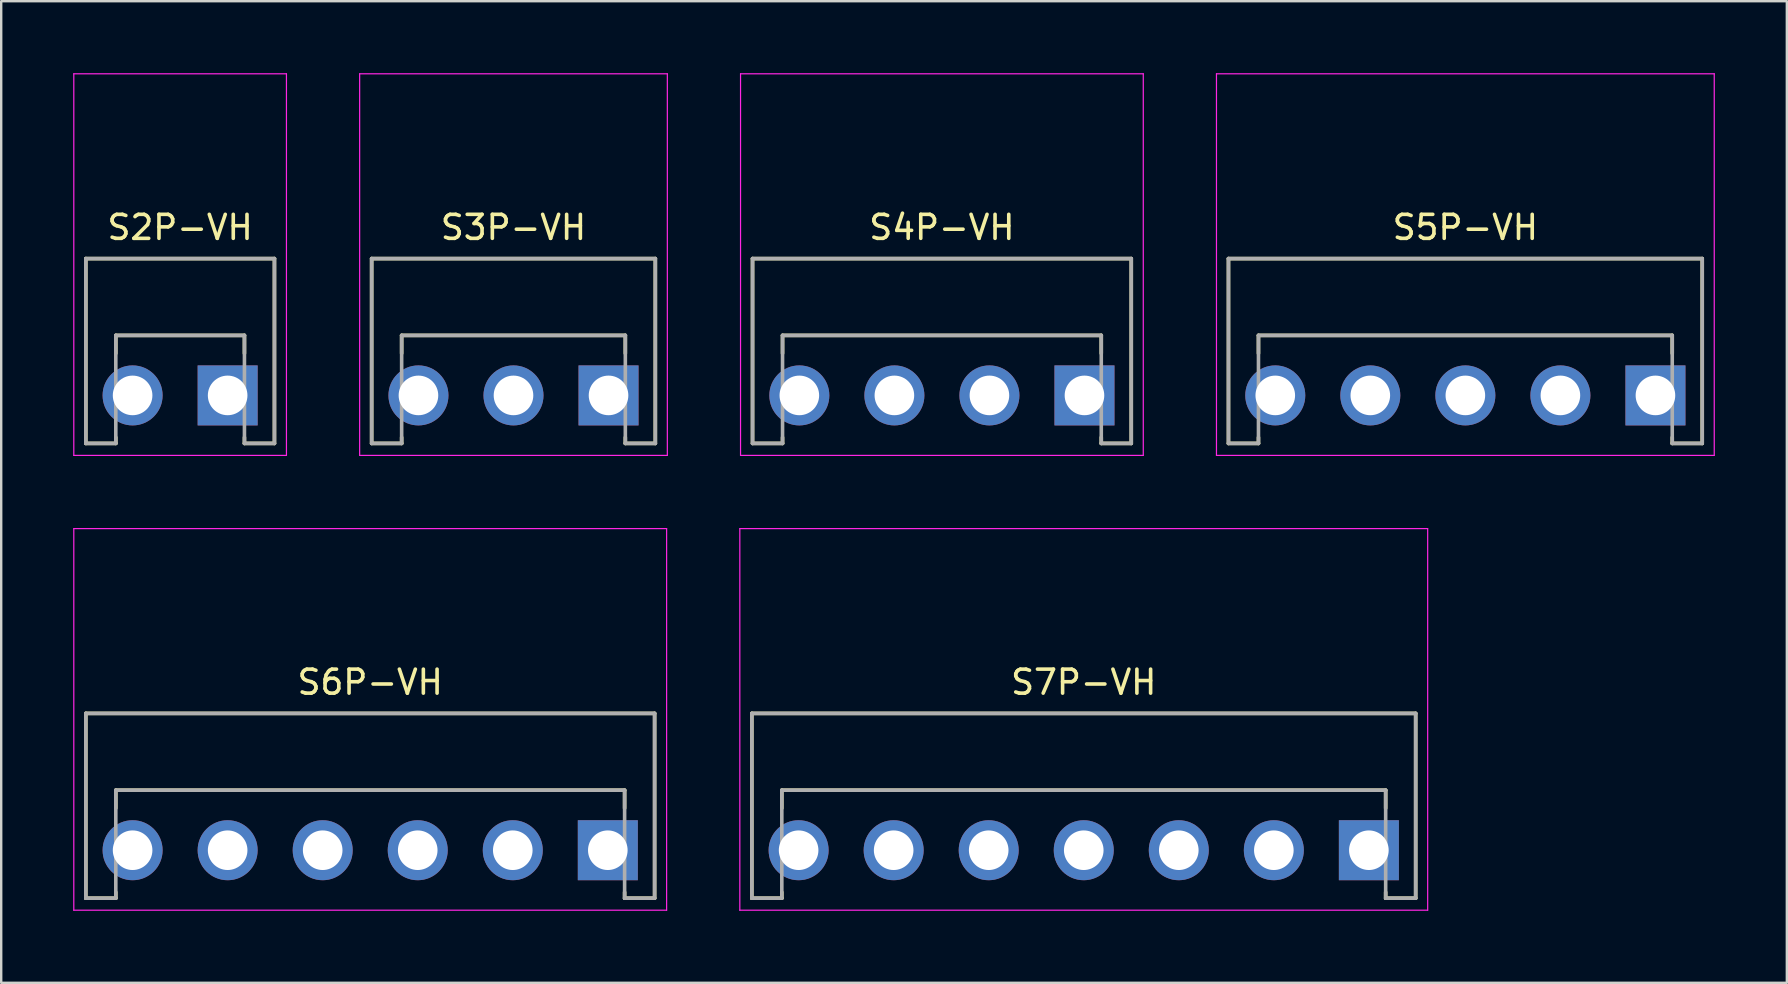
<source format=kicad_pcb>
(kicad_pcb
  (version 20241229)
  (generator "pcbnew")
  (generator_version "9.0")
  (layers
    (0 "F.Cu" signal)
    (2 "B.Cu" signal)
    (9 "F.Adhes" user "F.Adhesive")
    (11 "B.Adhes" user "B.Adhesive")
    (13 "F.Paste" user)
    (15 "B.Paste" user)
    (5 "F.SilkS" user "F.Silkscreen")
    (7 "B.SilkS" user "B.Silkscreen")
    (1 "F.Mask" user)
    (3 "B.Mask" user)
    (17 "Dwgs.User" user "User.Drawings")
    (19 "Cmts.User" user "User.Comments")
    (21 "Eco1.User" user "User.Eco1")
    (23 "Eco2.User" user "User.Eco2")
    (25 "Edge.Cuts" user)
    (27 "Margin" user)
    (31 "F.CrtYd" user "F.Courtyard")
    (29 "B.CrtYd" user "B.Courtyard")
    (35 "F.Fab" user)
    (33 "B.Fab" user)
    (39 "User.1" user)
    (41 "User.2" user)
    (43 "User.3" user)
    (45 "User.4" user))
  (footprint "S2P-VH"
    (layer "F.Cu")
    (at 4.455 13.425)
    (property "Reference" "S2P-VH" (at 0 -7 0) (layer "F.SilkS") (effects (font (size 1 1) (thickness 0.15))))
    (attr smd)
    (fp_line (start -3.93 -5.7) (end -3.93 2) (stroke (width 0.15) (type solid)) (layer "F.SilkS"))
    (fp_line (start -3.93 -5.7) (end 3.93 -5.7) (stroke (width 0.15) (type solid)) (layer "F.SilkS"))
    (fp_line (start -3.93 2) (end -2.68 2) (stroke (width 0.15) (type solid)) (layer "F.SilkS"))
    (fp_line (start -2.68 -2.5) (end -2.68 -1.75) (stroke (width 0.15) (type solid)) (layer "F.SilkS"))
    (fp_line (start -2.68 -2.5) (end 2.68 -2.5) (stroke (width 0.15) (type solid)) (layer "F.SilkS"))
    (fp_line (start -2.68 1.75) (end -2.68 2) (stroke (width 0.15) (type solid)) (layer "F.SilkS"))
    (fp_line (start 2.68 -2.5) (end 2.68 -1.75) (stroke (width 0.15) (type solid)) (layer "F.SilkS"))
    (fp_line (start 2.68 1.75) (end 2.68 2) (stroke (width 0.15) (type solid)) (layer "F.SilkS"))
    (fp_line (start 2.68 2) (end 3.93 2) (stroke (width 0.15) (type solid)) (layer "F.SilkS"))
    (fp_line (start 3.93 -5.7) (end 3.93 2) (stroke (width 0.15) (type solid)) (layer "F.SilkS"))
    (fp_line (start -4.43 -13.4) (end -4.43 2.5) (stroke (width 0.05) (type solid)) (layer "F.CrtYd"))
    (fp_line (start -4.43 -13.4) (end 4.43 -13.4) (stroke (width 0.05) (type solid)) (layer "F.CrtYd"))
    (fp_line (start -4.43 2.5) (end 4.43 2.5) (stroke (width 0.05) (type solid)) (layer "F.CrtYd"))
    (fp_line (start 4.43 -13.4) (end 4.43 2.5) (stroke (width 0.05) (type solid)) (layer "F.CrtYd"))
    (fp_line (start -3.93 -5.7) (end -3.93 2) (stroke (width 0.15) (type solid)) (layer "F.Fab"))
    (fp_line (start -3.93 -5.7) (end 3.93 -5.7) (stroke (width 0.15) (type solid)) (layer "F.Fab"))
    (fp_line (start -3.93 2) (end -2.68 2) (stroke (width 0.15) (type solid)) (layer "F.Fab"))
    (fp_line (start -2.68 -2.5) (end -2.68 2) (stroke (width 0.15) (type solid)) (layer "F.Fab"))
    (fp_line (start -2.68 -2.5) (end 2.68 -2.5) (stroke (width 0.15) (type solid)) (layer "F.Fab"))
    (fp_line (start 2.68 -2.5) (end 2.68 2) (stroke (width 0.15) (type solid)) (layer "F.Fab"))
    (fp_line (start 2.68 2) (end 3.93 2) (stroke (width 0.15) (type solid)) (layer "F.Fab"))
    (fp_line (start 3.93 -5.7) (end 3.93 2) (stroke (width 0.15) (type solid)) (layer "F.Fab"))
    (pad "1" thru_hole rect (at 1.98 0 180) (size 2.5 2.5) (drill 1.65) (layers "*.Cu" "*.Mask"))
    (pad "2" thru_hole circle (at -1.98 0 180) (size 2.5 2.5) (drill 1.65) (layers "*.Cu" "*.Mask")))
  (footprint "S3P-VH"
    (layer "F.Cu")
    (at 18.345 13.425)
    (property "Reference" "S3P-VH" (at 0 -7 0) (layer "F.SilkS") (effects (font (size 1 1) (thickness 0.15))))
    (attr smd)
    (fp_line (start -5.91 -5.7) (end -5.91 2) (stroke (width 0.15) (type solid)) (layer "F.SilkS"))
    (fp_line (start -5.91 -5.7) (end 5.91 -5.7) (stroke (width 0.15) (type solid)) (layer "F.SilkS"))
    (fp_line (start -5.91 2) (end -4.66 2) (stroke (width 0.15) (type solid)) (layer "F.SilkS"))
    (fp_line (start -4.66 -2.5) (end -4.66 -1.75) (stroke (width 0.15) (type solid)) (layer "F.SilkS"))
    (fp_line (start -4.66 -2.5) (end 4.66 -2.5) (stroke (width 0.15) (type solid)) (layer "F.SilkS"))
    (fp_line (start -4.66 1.75) (end -4.66 2) (stroke (width 0.15) (type solid)) (layer "F.SilkS"))
    (fp_line (start 4.66 -2.5) (end 4.66 -1.75) (stroke (width 0.15) (type solid)) (layer "F.SilkS"))
    (fp_line (start 4.66 1.75) (end 4.66 2) (stroke (width 0.15) (type solid)) (layer "F.SilkS"))
    (fp_line (start 4.66 2) (end 5.91 2) (stroke (width 0.15) (type solid)) (layer "F.SilkS"))
    (fp_line (start 5.91 -5.7) (end 5.91 2) (stroke (width 0.15) (type solid)) (layer "F.SilkS"))
    (fp_line (start -6.41 -13.4) (end -6.41 2.5) (stroke (width 0.05) (type solid)) (layer "F.CrtYd"))
    (fp_line (start -6.41 -13.4) (end 6.41 -13.4) (stroke (width 0.05) (type solid)) (layer "F.CrtYd"))
    (fp_line (start -6.41 2.5) (end 6.41 2.5) (stroke (width 0.05) (type solid)) (layer "F.CrtYd"))
    (fp_line (start 6.41 -13.4) (end 6.41 2.5) (stroke (width 0.05) (type solid)) (layer "F.CrtYd"))
    (fp_line (start -5.91 -5.7) (end -5.91 2) (stroke (width 0.15) (type solid)) (layer "F.Fab"))
    (fp_line (start -5.91 -5.7) (end 5.91 -5.7) (stroke (width 0.15) (type solid)) (layer "F.Fab"))
    (fp_line (start -5.91 2) (end -4.66 2) (stroke (width 0.15) (type solid)) (layer "F.Fab"))
    (fp_line (start -4.66 -2.5) (end -4.66 2) (stroke (width 0.15) (type solid)) (layer "F.Fab"))
    (fp_line (start -4.66 -2.5) (end 4.66 -2.5) (stroke (width 0.15) (type solid)) (layer "F.Fab"))
    (fp_line (start 4.66 -2.5) (end 4.66 2) (stroke (width 0.15) (type solid)) (layer "F.Fab"))
    (fp_line (start 4.66 2) (end 5.91 2) (stroke (width 0.15) (type solid)) (layer "F.Fab"))
    (fp_line (start 5.91 -5.7) (end 5.91 2) (stroke (width 0.15) (type solid)) (layer "F.Fab"))
    (pad "1" thru_hole rect (at 3.96 0 180) (size 2.5 2.5) (drill 1.65) (layers "*.Cu" "*.Mask"))
    (pad "2" thru_hole circle (at 0 0 180) (size 2.5 2.5) (drill 1.65) (layers "*.Cu" "*.Mask"))
    (pad "3" thru_hole circle (at -3.96 0 180) (size 2.5 2.5) (drill 1.65) (layers "*.Cu" "*.Mask")))
  (footprint "S5P-VH"
    (layer "F.Cu")
    (at 58.005 13.425)
    (property "Reference" "S5P-VH" (at 0 -7 0) (layer "F.SilkS") (effects (font (size 1 1) (thickness 0.15))))
    (attr smd)
    (fp_line (start -9.87 -5.7) (end -9.87 2) (stroke (width 0.15) (type solid)) (layer "F.SilkS"))
    (fp_line (start -9.87 -5.7) (end 9.87 -5.7) (stroke (width 0.15) (type solid)) (layer "F.SilkS"))
    (fp_line (start -9.87 2) (end -8.62 2) (stroke (width 0.15) (type solid)) (layer "F.SilkS"))
    (fp_line (start -8.62 -2.5) (end -8.62 -1.75) (stroke (width 0.15) (type solid)) (layer "F.SilkS"))
    (fp_line (start -8.62 -2.5) (end 8.62 -2.5) (stroke (width 0.15) (type solid)) (layer "F.SilkS"))
    (fp_line (start -8.62 1.75) (end -8.62 2) (stroke (width 0.15) (type solid)) (layer "F.SilkS"))
    (fp_line (start 8.62 -2.5) (end 8.62 -1.75) (stroke (width 0.15) (type solid)) (layer "F.SilkS"))
    (fp_line (start 8.62 1.75) (end 8.62 2) (stroke (width 0.15) (type solid)) (layer "F.SilkS"))
    (fp_line (start 8.62 2) (end 9.87 2) (stroke (width 0.15) (type solid)) (layer "F.SilkS"))
    (fp_line (start 9.87 -5.7) (end 9.87 2) (stroke (width 0.15) (type solid)) (layer "F.SilkS"))
    (fp_line (start -10.37 -13.4) (end -10.37 2.5) (stroke (width 0.05) (type solid)) (layer "F.CrtYd"))
    (fp_line (start -10.37 -13.4) (end 10.37 -13.4) (stroke (width 0.05) (type solid)) (layer "F.CrtYd"))
    (fp_line (start -10.37 2.5) (end 10.37 2.5) (stroke (width 0.05) (type solid)) (layer "F.CrtYd"))
    (fp_line (start 10.37 -13.4) (end 10.37 2.5) (stroke (width 0.05) (type solid)) (layer "F.CrtYd"))
    (fp_line (start -9.87 -5.7) (end -9.87 2) (stroke (width 0.15) (type solid)) (layer "F.Fab"))
    (fp_line (start -9.87 -5.7) (end 9.87 -5.7) (stroke (width 0.15) (type solid)) (layer "F.Fab"))
    (fp_line (start -9.87 2) (end -8.62 2) (stroke (width 0.15) (type solid)) (layer "F.Fab"))
    (fp_line (start -8.62 -2.5) (end -8.62 2) (stroke (width 0.15) (type solid)) (layer "F.Fab"))
    (fp_line (start -8.62 -2.5) (end 8.62 -2.5) (stroke (width 0.15) (type solid)) (layer "F.Fab"))
    (fp_line (start 8.62 -2.5) (end 8.62 2) (stroke (width 0.15) (type solid)) (layer "F.Fab"))
    (fp_line (start 8.62 2) (end 9.87 2) (stroke (width 0.15) (type solid)) (layer "F.Fab"))
    (fp_line (start 9.87 -5.7) (end 9.87 2) (stroke (width 0.15) (type solid)) (layer "F.Fab"))
    (pad "1" thru_hole rect (at 7.92 0 180) (size 2.5 2.5) (drill 1.65) (layers "*.Cu" "*.Mask"))
    (pad "2" thru_hole circle (at 3.96 0 180) (size 2.5 2.5) (drill 1.65) (layers "*.Cu" "*.Mask"))
    (pad "3" thru_hole circle (at 0 0 180) (size 2.5 2.5) (drill 1.65) (layers "*.Cu" "*.Mask"))
    (pad "4" thru_hole circle (at -3.96 0 180) (size 2.5 2.5) (drill 1.65) (layers "*.Cu" "*.Mask"))
    (pad "5" thru_hole circle (at -7.92 0 180) (size 2.5 2.5) (drill 1.65) (layers "*.Cu" "*.Mask")))
  (footprint "S7P-VH"
    (layer "F.Cu")
    (at 42.105 32.375)
    (property "Reference" "S7P-VH" (at 0 -7 0) (layer "F.SilkS") (effects (font (size 1 1) (thickness 0.15))))
    (attr smd)
    (fp_line (start -13.83 -5.7) (end -13.83 2) (stroke (width 0.15) (type solid)) (layer "F.SilkS"))
    (fp_line (start -13.83 -5.7) (end 13.83 -5.7) (stroke (width 0.15) (type solid)) (layer "F.SilkS"))
    (fp_line (start -13.83 2) (end -12.58 2) (stroke (width 0.15) (type solid)) (layer "F.SilkS"))
    (fp_line (start -12.58 -2.5) (end -12.58 -1.75) (stroke (width 0.15) (type solid)) (layer "F.SilkS"))
    (fp_line (start -12.58 -2.5) (end 12.58 -2.5) (stroke (width 0.15) (type solid)) (layer "F.SilkS"))
    (fp_line (start -12.58 1.75) (end -12.58 2) (stroke (width 0.15) (type solid)) (layer "F.SilkS"))
    (fp_line (start 12.58 -2.5) (end 12.58 -1.75) (stroke (width 0.15) (type solid)) (layer "F.SilkS"))
    (fp_line (start 12.58 1.75) (end 12.58 2) (stroke (width 0.15) (type solid)) (layer "F.SilkS"))
    (fp_line (start 12.58 2) (end 13.83 2) (stroke (width 0.15) (type solid)) (layer "F.SilkS"))
    (fp_line (start 13.83 -5.7) (end 13.83 2) (stroke (width 0.15) (type solid)) (layer "F.SilkS"))
    (fp_line (start -14.33 -13.4) (end -14.33 2.5) (stroke (width 0.05) (type solid)) (layer "F.CrtYd"))
    (fp_line (start -14.33 -13.4) (end 14.33 -13.4) (stroke (width 0.05) (type solid)) (layer "F.CrtYd"))
    (fp_line (start -14.33 2.5) (end 14.33 2.5) (stroke (width 0.05) (type solid)) (layer "F.CrtYd"))
    (fp_line (start 14.33 -13.4) (end 14.33 2.5) (stroke (width 0.05) (type solid)) (layer "F.CrtYd"))
    (fp_line (start -13.83 -5.7) (end -13.83 2) (stroke (width 0.15) (type solid)) (layer "F.Fab"))
    (fp_line (start -13.83 -5.7) (end 13.83 -5.7) (stroke (width 0.15) (type solid)) (layer "F.Fab"))
    (fp_line (start -13.83 2) (end -12.58 2) (stroke (width 0.15) (type solid)) (layer "F.Fab"))
    (fp_line (start -12.58 -2.5) (end -12.58 2) (stroke (width 0.15) (type solid)) (layer "F.Fab"))
    (fp_line (start -12.58 -2.5) (end 12.58 -2.5) (stroke (width 0.15) (type solid)) (layer "F.Fab"))
    (fp_line (start 12.58 -2.5) (end 12.58 2) (stroke (width 0.15) (type solid)) (layer "F.Fab"))
    (fp_line (start 12.58 2) (end 13.83 2) (stroke (width 0.15) (type solid)) (layer "F.Fab"))
    (fp_line (start 13.83 -5.7) (end 13.83 2) (stroke (width 0.15) (type solid)) (layer "F.Fab"))
    (pad "1" thru_hole rect (at 11.88 0 180) (size 2.5 2.5) (drill 1.65) (layers "*.Cu" "*.Mask"))
    (pad "2" thru_hole circle (at 7.92 0 180) (size 2.5 2.5) (drill 1.65) (layers "*.Cu" "*.Mask"))
    (pad "3" thru_hole circle (at 3.96 0 180) (size 2.5 2.5) (drill 1.65) (layers "*.Cu" "*.Mask"))
    (pad "4" thru_hole circle (at 0 0 180) (size 2.5 2.5) (drill 1.65) (layers "*.Cu" "*.Mask"))
    (pad "5" thru_hole circle (at -3.96 0 180) (size 2.5 2.5) (drill 1.65) (layers "*.Cu" "*.Mask"))
    (pad "6" thru_hole circle (at -7.92 0 180) (size 2.5 2.5) (drill 1.65) (layers "*.Cu" "*.Mask"))
    (pad "7" thru_hole circle (at -11.88 0 180) (size 2.5 2.5) (drill 1.65) (layers "*.Cu" "*.Mask")))
  (footprint "S4P-VH"
    (layer "F.Cu")
    (at 36.195 13.425)
    (property "Reference" "S4P-VH" (at 0 -7 0) (layer "F.SilkS") (effects (font (size 1 1) (thickness 0.15))))
    (attr smd)
    (fp_line (start -7.89 -5.7) (end -7.89 2) (stroke (width 0.15) (type solid)) (layer "F.SilkS"))
    (fp_line (start -7.89 -5.7) (end 7.89 -5.7) (stroke (width 0.15) (type solid)) (layer "F.SilkS"))
    (fp_line (start -7.89 2) (end -6.64 2) (stroke (width 0.15) (type solid)) (layer "F.SilkS"))
    (fp_line (start -6.64 -2.5) (end -6.64 -1.75) (stroke (width 0.15) (type solid)) (layer "F.SilkS"))
    (fp_line (start -6.64 -2.5) (end 6.64 -2.5) (stroke (width 0.15) (type solid)) (layer "F.SilkS"))
    (fp_line (start -6.64 1.75) (end -6.64 2) (stroke (width 0.15) (type solid)) (layer "F.SilkS"))
    (fp_line (start 6.64 -2.5) (end 6.64 -1.75) (stroke (width 0.15) (type solid)) (layer "F.SilkS"))
    (fp_line (start 6.64 1.75) (end 6.64 2) (stroke (width 0.15) (type solid)) (layer "F.SilkS"))
    (fp_line (start 6.64 2) (end 7.89 2) (stroke (width 0.15) (type solid)) (layer "F.SilkS"))
    (fp_line (start 7.89 -5.7) (end 7.89 2) (stroke (width 0.15) (type solid)) (layer "F.SilkS"))
    (fp_line (start -8.39 -13.4) (end -8.39 2.5) (stroke (width 0.05) (type solid)) (layer "F.CrtYd"))
    (fp_line (start -8.39 -13.4) (end 8.39 -13.4) (stroke (width 0.05) (type solid)) (layer "F.CrtYd"))
    (fp_line (start -8.39 2.5) (end 8.39 2.5) (stroke (width 0.05) (type solid)) (layer "F.CrtYd"))
    (fp_line (start 8.39 -13.4) (end 8.39 2.5) (stroke (width 0.05) (type solid)) (layer "F.CrtYd"))
    (fp_line (start -7.89 -5.7) (end -7.89 2) (stroke (width 0.15) (type solid)) (layer "F.Fab"))
    (fp_line (start -7.89 -5.7) (end 7.89 -5.7) (stroke (width 0.15) (type solid)) (layer "F.Fab"))
    (fp_line (start -7.89 2) (end -6.64 2) (stroke (width 0.15) (type solid)) (layer "F.Fab"))
    (fp_line (start -6.64 -2.5) (end -6.64 2) (stroke (width 0.15) (type solid)) (layer "F.Fab"))
    (fp_line (start -6.64 -2.5) (end 6.64 -2.5) (stroke (width 0.15) (type solid)) (layer "F.Fab"))
    (fp_line (start 6.64 -2.5) (end 6.64 2) (stroke (width 0.15) (type solid)) (layer "F.Fab"))
    (fp_line (start 6.64 2) (end 7.89 2) (stroke (width 0.15) (type solid)) (layer "F.Fab"))
    (fp_line (start 7.89 -5.7) (end 7.89 2) (stroke (width 0.15) (type solid)) (layer "F.Fab"))
    (pad "1" thru_hole rect (at 5.94 0 180) (size 2.5 2.5) (drill 1.65) (layers "*.Cu" "*.Mask"))
    (pad "2" thru_hole circle (at 1.98 0 180) (size 2.5 2.5) (drill 1.65) (layers "*.Cu" "*.Mask"))
    (pad "3" thru_hole circle (at -1.98 0 180) (size 2.5 2.5) (drill 1.65) (layers "*.Cu" "*.Mask"))
    (pad "4" thru_hole circle (at -5.94 0 180) (size 2.5 2.5) (drill 1.65) (layers "*.Cu" "*.Mask")))
  (footprint "S6P-VH"
    (layer "F.Cu")
    (at 12.375 32.375)
    (property "Reference" "S6P-VH" (at 0 -7 0) (layer "F.SilkS") (effects (font (size 1 1) (thickness 0.15))))
    (attr smd)
    (fp_line (start -11.85 -5.7) (end -11.85 2) (stroke (width 0.15) (type solid)) (layer "F.SilkS"))
    (fp_line (start -11.85 -5.7) (end 11.85 -5.7) (stroke (width 0.15) (type solid)) (layer "F.SilkS"))
    (fp_line (start -11.85 2) (end -10.6 2) (stroke (width 0.15) (type solid)) (layer "F.SilkS"))
    (fp_line (start -10.6 -2.5) (end -10.6 -1.75) (stroke (width 0.15) (type solid)) (layer "F.SilkS"))
    (fp_line (start -10.6 -2.5) (end 10.6 -2.5) (stroke (width 0.15) (type solid)) (layer "F.SilkS"))
    (fp_line (start -10.6 1.75) (end -10.6 2) (stroke (width 0.15) (type solid)) (layer "F.SilkS"))
    (fp_line (start 10.6 -2.5) (end 10.6 -1.75) (stroke (width 0.15) (type solid)) (layer "F.SilkS"))
    (fp_line (start 10.6 1.75) (end 10.6 2) (stroke (width 0.15) (type solid)) (layer "F.SilkS"))
    (fp_line (start 10.6 2) (end 11.85 2) (stroke (width 0.15) (type solid)) (layer "F.SilkS"))
    (fp_line (start 11.85 -5.7) (end 11.85 2) (stroke (width 0.15) (type solid)) (layer "F.SilkS"))
    (fp_line (start -12.35 -13.4) (end -12.35 2.5) (stroke (width 0.05) (type solid)) (layer "F.CrtYd"))
    (fp_line (start -12.35 -13.4) (end 12.35 -13.4) (stroke (width 0.05) (type solid)) (layer "F.CrtYd"))
    (fp_line (start -12.35 2.5) (end 12.35 2.5) (stroke (width 0.05) (type solid)) (layer "F.CrtYd"))
    (fp_line (start 12.35 -13.4) (end 12.35 2.5) (stroke (width 0.05) (type solid)) (layer "F.CrtYd"))
    (fp_line (start -11.85 -5.7) (end -11.85 2) (stroke (width 0.15) (type solid)) (layer "F.Fab"))
    (fp_line (start -11.85 -5.7) (end 11.85 -5.7) (stroke (width 0.15) (type solid)) (layer "F.Fab"))
    (fp_line (start -11.85 2) (end -10.6 2) (stroke (width 0.15) (type solid)) (layer "F.Fab"))
    (fp_line (start -10.6 -2.5) (end -10.6 2) (stroke (width 0.15) (type solid)) (layer "F.Fab"))
    (fp_line (start -10.6 -2.5) (end 10.6 -2.5) (stroke (width 0.15) (type solid)) (layer "F.Fab"))
    (fp_line (start 10.6 -2.5) (end 10.6 2) (stroke (width 0.15) (type solid)) (layer "F.Fab"))
    (fp_line (start 10.6 2) (end 11.85 2) (stroke (width 0.15) (type solid)) (layer "F.Fab"))
    (fp_line (start 11.85 -5.7) (end 11.85 2) (stroke (width 0.15) (type solid)) (layer "F.Fab"))
    (pad "1" thru_hole rect (at 9.9 0 180) (size 2.5 2.5) (drill 1.65) (layers "*.Cu" "*.Mask"))
    (pad "2" thru_hole circle (at 5.94 0 180) (size 2.5 2.5) (drill 1.65) (layers "*.Cu" "*.Mask"))
    (pad "3" thru_hole circle (at 1.98 0 180) (size 2.5 2.5) (drill 1.65) (layers "*.Cu" "*.Mask"))
    (pad "4" thru_hole circle (at -1.98 0 180) (size 2.5 2.5) (drill 1.65) (layers "*.Cu" "*.Mask"))
    (pad "5" thru_hole circle (at -5.94 0 180) (size 2.5 2.5) (drill 1.65) (layers "*.Cu" "*.Mask"))
    (pad "6" thru_hole circle (at -9.9 0 180) (size 2.5 2.5) (drill 1.65) (layers "*.Cu" "*.Mask")))
  (gr_rect
    (start -3 -3)
    (end 71.4 37.9)
    (stroke (width 0.1) (type default))
    (fill no)
    (layer "Edge.Cuts")))
</source>
